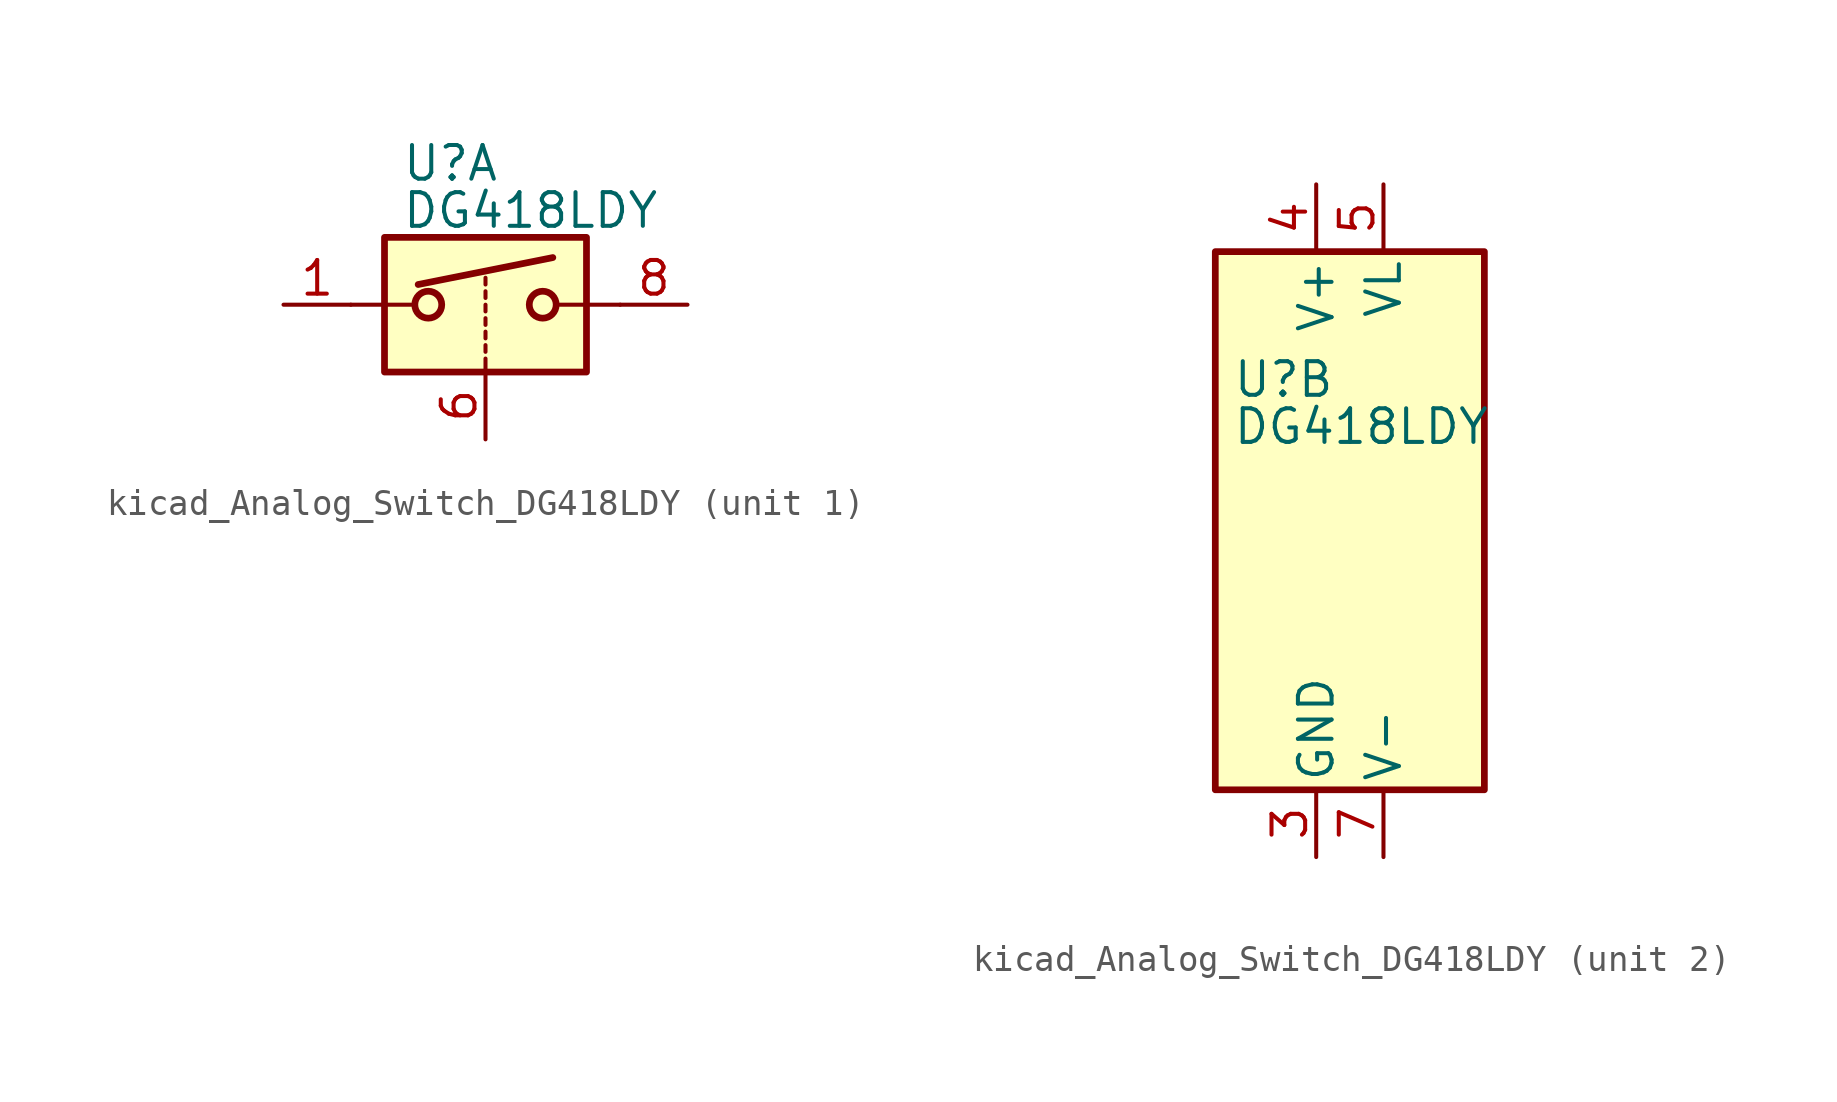
<source format=kicad_sym>
(kicad_symbol_lib
  (version 20220914)
  (generator kicad_symbol_editor)
  (symbol "kicad_Analog_Switch_DG418LDY"
    (pin_names
      (offset 0.254))
    (property "Reference" "U"
      (at -3.175 5.334 0)
      (effects (font (size 1.27 1.27)) (justify left)))
    (property "Value" "DG418LDY"
      (at -3.175 3.556 0)
      (effects (font (size 1.27 1.27)) (justify left)))
    (symbol "kicad_Analog_Switch_DG418LDY_1_1"
      (rectangle (start -3.81 2.54) (end 3.81 -2.54) (stroke (width 0.254) (type default)) (fill (type background)))
      (circle (center -2.159 0) (radius 0.508) (stroke (width 0.254) (type default)) (fill (type none)))
      (polyline (pts (xy -5.08 0) (xy -2.794 0)) (stroke (width 0) (type default)) (fill (type none)))
      (polyline (pts (xy -2.54 0.762) (xy 2.54 1.778)) (stroke (width 0.254) (type default)) (fill (type none)))
      (polyline (pts (xy 0 -2.54) (xy 0 -2.032)) (stroke (width 0) (type default)) (fill (type none)))
      (polyline (pts (xy 0 -1.778) (xy 0 -1.524)) (stroke (width 0) (type default)) (fill (type none)))
      (polyline (pts (xy 0 -1.27) (xy 0 -1.016)) (stroke (width 0) (type default)) (fill (type none)))
      (polyline (pts (xy 0 -0.762) (xy 0 -0.508)) (stroke (width 0) (type default)) (fill (type none)))
      (polyline (pts (xy 0 -0.254) (xy 0 0)) (stroke (width 0) (type default)) (fill (type none)))
      (polyline (pts (xy 0 0.254) (xy 0 0.508)) (stroke (width 0) (type default)) (fill (type none)))
      (polyline (pts (xy 0 0.762) (xy 0 1.016)) (stroke (width 0) (type default)) (fill (type none)))
      (polyline (pts (xy 5.08 0) (xy 2.794 0)) (stroke (width 0) (type default)) (fill (type none)))
      (circle (center 2.159 0) (radius 0.508) (stroke (width 0.254) (type default)) (fill (type none)))
      (pin passive line (at -7.62 0 0) (length 2.54) (name "~" (effects (font (size 1.27 1.27)))) (number "1" (effects (font (size 1.27 1.27)))))
      (pin input line (at 0 -5.08 90) (length 2.54) (name "~" (effects (font (size 1.27 1.27)))) (number "6" (effects (font (size 1.27 1.27)))))
      (pin passive line (at 7.62 0 180) (length 2.54) (name "~" (effects (font (size 1.27 1.27)))) (number "8" (effects (font (size 1.27 1.27))))))
    (symbol "kicad_Analog_Switch_DG418LDY_2_0"
      (pin no_connect line (at -2.54 10.16 270) (length 2.54) hide (name "NC" (effects (font (size 1.27 1.27)))) (number "2" (effects (font (size 1.27 1.27)))))
      (pin power_in line (at 0 -12.7 90) (length 2.54) (name "GND" (effects (font (size 1.27 1.27)))) (number "3" (effects (font (size 1.27 1.27)))))
      (pin power_in line (at 0 12.7 270) (length 2.54) (name "V+" (effects (font (size 1.27 1.27)))) (number "4" (effects (font (size 1.27 1.27)))))
      (pin power_in line (at 2.54 12.7 270) (length 2.54) (name "VL" (effects (font (size 1.27 1.27)))) (number "5" (effects (font (size 1.27 1.27)))))
      (pin power_in line (at 2.54 -12.7 90) (length 2.54) (name "V-" (effects (font (size 1.27 1.27)))) (number "7" (effects (font (size 1.27 1.27))))))
    (symbol "kicad_Analog_Switch_DG418LDY_2_1"
      (rectangle (start -3.81 10.16) (end 6.35 -10.16) (stroke (width 0.254) (type default)) (fill (type background))))))
</source>
